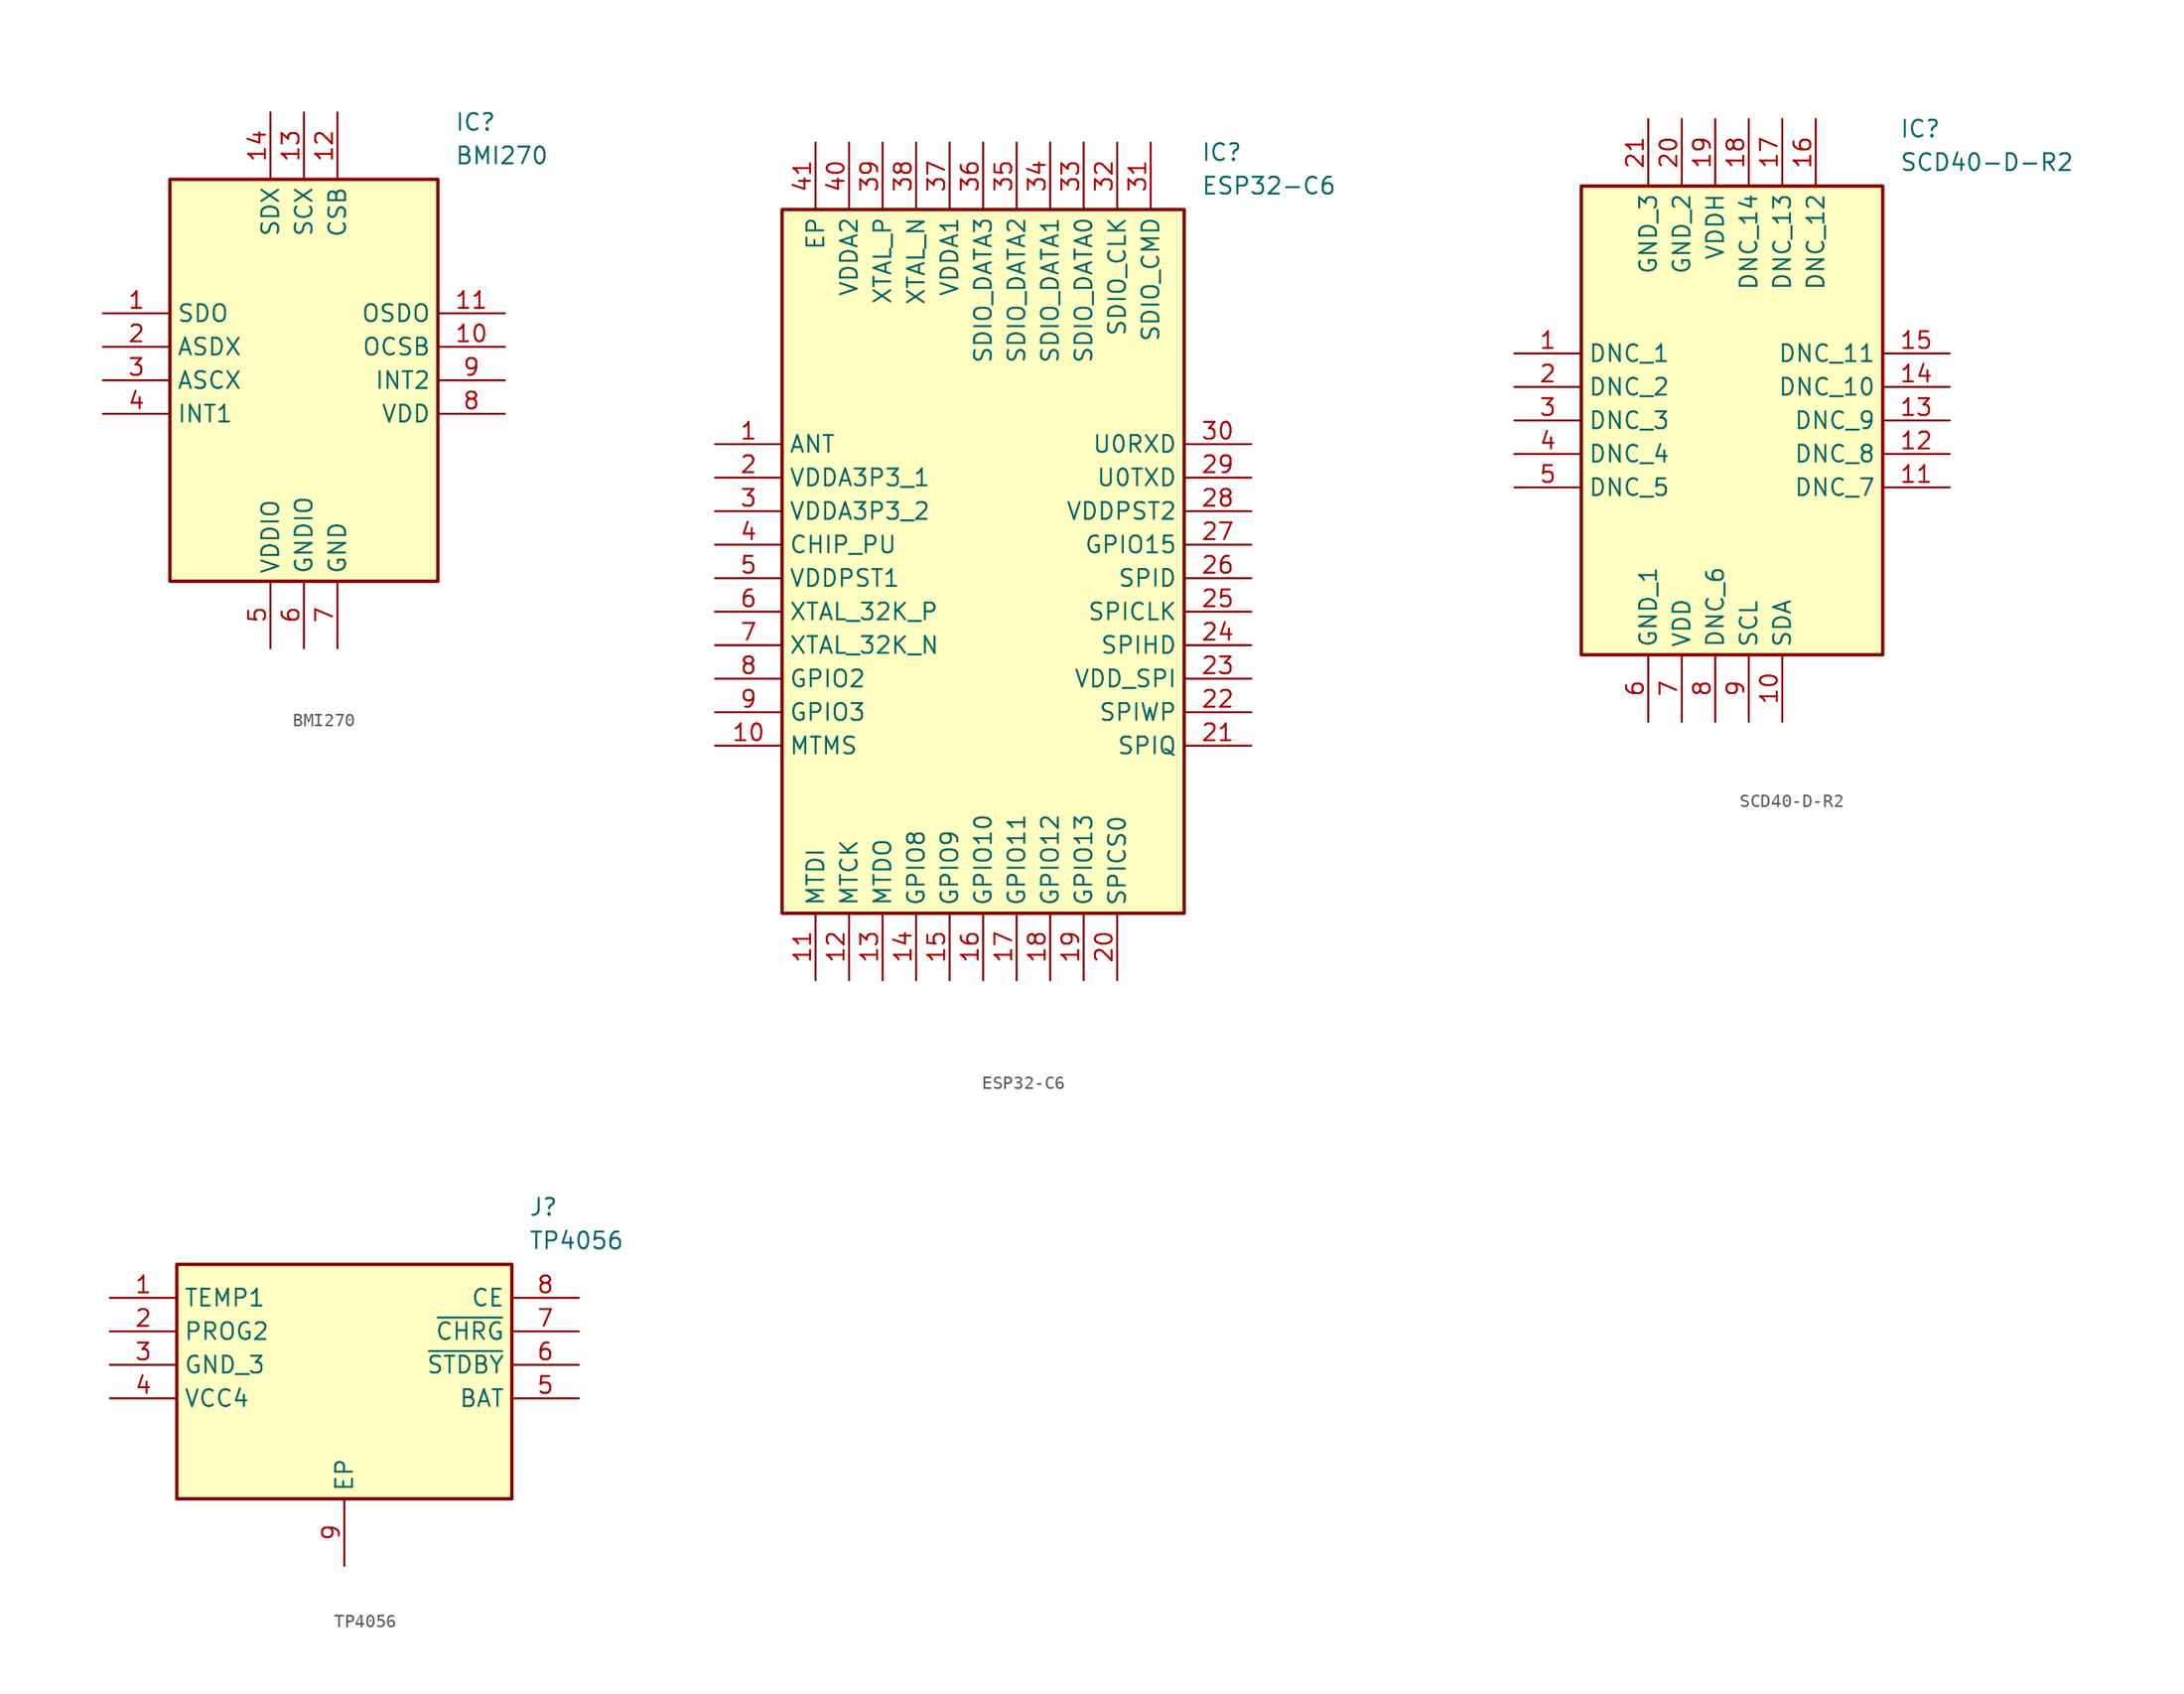
<source format=kicad_sym>
(kicad_symbol_lib
  (version 20220914)
  (generator SamacSys_ECAD_Model)
  (symbol "BMI270"
    (property "Reference" "IC"
      (at 26.67 15.24 0)
      (effects (font (size 1.27 1.27)) (justify left top)))
    (property "Value" "BMI270"
      (at 26.67 12.7 0)
      (effects (font (size 1.27 1.27)) (justify left top)))
    (rectangle
      (start 5.08 10.16)
      (end 25.4 -20.32)
      (stroke (width 0.254) (type default))
      (fill (type background)))
    (pin passive line
      (at 0 0 0)
      (length 5.08)
      (name "SDO" (effects (font (size 1.27 1.27))))
      (number "1" (effects (font (size 1.27 1.27)))))
    (pin passive line
      (at 0 -2.54 0)
      (length 5.08)
      (name "ASDX" (effects (font (size 1.27 1.27))))
      (number "2" (effects (font (size 1.27 1.27)))))
    (pin passive line
      (at 0 -5.08 0)
      (length 5.08)
      (name "ASCX" (effects (font (size 1.27 1.27))))
      (number "3" (effects (font (size 1.27 1.27)))))
    (pin passive line
      (at 0 -7.62 0)
      (length 5.08)
      (name "INT1" (effects (font (size 1.27 1.27))))
      (number "4" (effects (font (size 1.27 1.27)))))
    (pin passive line
      (at 12.7 -25.4 90)
      (length 5.08)
      (name "VDDIO" (effects (font (size 1.27 1.27))))
      (number "5" (effects (font (size 1.27 1.27)))))
    (pin passive line
      (at 15.24 -25.4 90)
      (length 5.08)
      (name "GNDIO" (effects (font (size 1.27 1.27))))
      (number "6" (effects (font (size 1.27 1.27)))))
    (pin passive line
      (at 17.78 -25.4 90)
      (length 5.08)
      (name "GND" (effects (font (size 1.27 1.27))))
      (number "7" (effects (font (size 1.27 1.27)))))
    (pin passive line
      (at 30.48 -7.62 180)
      (length 5.08)
      (name "VDD" (effects (font (size 1.27 1.27))))
      (number "8" (effects (font (size 1.27 1.27)))))
    (pin passive line
      (at 30.48 -5.08 180)
      (length 5.08)
      (name "INT2" (effects (font (size 1.27 1.27))))
      (number "9" (effects (font (size 1.27 1.27)))))
    (pin passive line
      (at 30.48 -2.54 180)
      (length 5.08)
      (name "OCSB" (effects (font (size 1.27 1.27))))
      (number "10" (effects (font (size 1.27 1.27)))))
    (pin passive line
      (at 30.48 0 180)
      (length 5.08)
      (name "OSDO" (effects (font (size 1.27 1.27))))
      (number "11" (effects (font (size 1.27 1.27)))))
    (pin passive line
      (at 17.78 15.24 270)
      (length 5.08)
      (name "CSB" (effects (font (size 1.27 1.27))))
      (number "12" (effects (font (size 1.27 1.27)))))
    (pin passive line
      (at 15.24 15.24 270)
      (length 5.08)
      (name "SCX" (effects (font (size 1.27 1.27))))
      (number "13" (effects (font (size 1.27 1.27)))))
    (pin passive line
      (at 12.7 15.24 270)
      (length 5.08)
      (name "SDX" (effects (font (size 1.27 1.27))))
      (number "14" (effects (font (size 1.27 1.27))))))
  (symbol "ESP32-C6"
    (property "Reference" "IC"
      (at 36.83 22.86 0)
      (effects (font (size 1.27 1.27)) (justify left top)))
    (property "Value" "ESP32-C6"
      (at 36.83 20.32 0)
      (effects (font (size 1.27 1.27)) (justify left top)))
    (rectangle
      (start 5.08 17.78)
      (end 35.56 -35.56)
      (stroke (width 0.254) (type default))
      (fill (type background)))
    (pin passive line
      (at 0 0 0)
      (length 5.08)
      (name "ANT" (effects (font (size 1.27 1.27))))
      (number "1" (effects (font (size 1.27 1.27)))))
    (pin passive line
      (at 0 -2.54 0)
      (length 5.08)
      (name "VDDA3P3_1" (effects (font (size 1.27 1.27))))
      (number "2" (effects (font (size 1.27 1.27)))))
    (pin passive line
      (at 0 -5.08 0)
      (length 5.08)
      (name "VDDA3P3_2" (effects (font (size 1.27 1.27))))
      (number "3" (effects (font (size 1.27 1.27)))))
    (pin passive line
      (at 0 -7.62 0)
      (length 5.08)
      (name "CHIP_PU" (effects (font (size 1.27 1.27))))
      (number "4" (effects (font (size 1.27 1.27)))))
    (pin passive line
      (at 0 -10.16 0)
      (length 5.08)
      (name "VDDPST1" (effects (font (size 1.27 1.27))))
      (number "5" (effects (font (size 1.27 1.27)))))
    (pin passive line
      (at 0 -12.7 0)
      (length 5.08)
      (name "XTAL_32K_P" (effects (font (size 1.27 1.27))))
      (number "6" (effects (font (size 1.27 1.27)))))
    (pin passive line
      (at 0 -15.24 0)
      (length 5.08)
      (name "XTAL_32K_N" (effects (font (size 1.27 1.27))))
      (number "7" (effects (font (size 1.27 1.27)))))
    (pin passive line
      (at 0 -17.78 0)
      (length 5.08)
      (name "GPIO2" (effects (font (size 1.27 1.27))))
      (number "8" (effects (font (size 1.27 1.27)))))
    (pin passive line
      (at 0 -20.32 0)
      (length 5.08)
      (name "GPIO3" (effects (font (size 1.27 1.27))))
      (number "9" (effects (font (size 1.27 1.27)))))
    (pin passive line
      (at 0 -22.86 0)
      (length 5.08)
      (name "MTMS" (effects (font (size 1.27 1.27))))
      (number "10" (effects (font (size 1.27 1.27)))))
    (pin passive line
      (at 7.62 -40.64 90)
      (length 5.08)
      (name "MTDI" (effects (font (size 1.27 1.27))))
      (number "11" (effects (font (size 1.27 1.27)))))
    (pin passive line
      (at 10.16 -40.64 90)
      (length 5.08)
      (name "MTCK" (effects (font (size 1.27 1.27))))
      (number "12" (effects (font (size 1.27 1.27)))))
    (pin passive line
      (at 12.7 -40.64 90)
      (length 5.08)
      (name "MTDO" (effects (font (size 1.27 1.27))))
      (number "13" (effects (font (size 1.27 1.27)))))
    (pin passive line
      (at 15.24 -40.64 90)
      (length 5.08)
      (name "GPIO8" (effects (font (size 1.27 1.27))))
      (number "14" (effects (font (size 1.27 1.27)))))
    (pin passive line
      (at 17.78 -40.64 90)
      (length 5.08)
      (name "GPIO9" (effects (font (size 1.27 1.27))))
      (number "15" (effects (font (size 1.27 1.27)))))
    (pin passive line
      (at 20.32 -40.64 90)
      (length 5.08)
      (name "GPIO10" (effects (font (size 1.27 1.27))))
      (number "16" (effects (font (size 1.27 1.27)))))
    (pin passive line
      (at 22.86 -40.64 90)
      (length 5.08)
      (name "GPIO11" (effects (font (size 1.27 1.27))))
      (number "17" (effects (font (size 1.27 1.27)))))
    (pin passive line
      (at 25.4 -40.64 90)
      (length 5.08)
      (name "GPIO12" (effects (font (size 1.27 1.27))))
      (number "18" (effects (font (size 1.27 1.27)))))
    (pin passive line
      (at 27.94 -40.64 90)
      (length 5.08)
      (name "GPIO13" (effects (font (size 1.27 1.27))))
      (number "19" (effects (font (size 1.27 1.27)))))
    (pin passive line
      (at 30.48 -40.64 90)
      (length 5.08)
      (name "SPICS0" (effects (font (size 1.27 1.27))))
      (number "20" (effects (font (size 1.27 1.27)))))
    (pin passive line
      (at 40.64 0 180)
      (length 5.08)
      (name "U0RXD" (effects (font (size 1.27 1.27))))
      (number "30" (effects (font (size 1.27 1.27)))))
    (pin passive line
      (at 40.64 -2.54 180)
      (length 5.08)
      (name "U0TXD" (effects (font (size 1.27 1.27))))
      (number "29" (effects (font (size 1.27 1.27)))))
    (pin passive line
      (at 40.64 -5.08 180)
      (length 5.08)
      (name "VDDPST2" (effects (font (size 1.27 1.27))))
      (number "28" (effects (font (size 1.27 1.27)))))
    (pin passive line
      (at 40.64 -7.62 180)
      (length 5.08)
      (name "GPIO15" (effects (font (size 1.27 1.27))))
      (number "27" (effects (font (size 1.27 1.27)))))
    (pin passive line
      (at 40.64 -10.16 180)
      (length 5.08)
      (name "SPID" (effects (font (size 1.27 1.27))))
      (number "26" (effects (font (size 1.27 1.27)))))
    (pin passive line
      (at 40.64 -12.7 180)
      (length 5.08)
      (name "SPICLK" (effects (font (size 1.27 1.27))))
      (number "25" (effects (font (size 1.27 1.27)))))
    (pin passive line
      (at 40.64 -15.24 180)
      (length 5.08)
      (name "SPIHD" (effects (font (size 1.27 1.27))))
      (number "24" (effects (font (size 1.27 1.27)))))
    (pin passive line
      (at 40.64 -17.78 180)
      (length 5.08)
      (name "VDD_SPI" (effects (font (size 1.27 1.27))))
      (number "23" (effects (font (size 1.27 1.27)))))
    (pin passive line
      (at 40.64 -20.32 180)
      (length 5.08)
      (name "SPIWP" (effects (font (size 1.27 1.27))))
      (number "22" (effects (font (size 1.27 1.27)))))
    (pin passive line
      (at 40.64 -22.86 180)
      (length 5.08)
      (name "SPIQ" (effects (font (size 1.27 1.27))))
      (number "21" (effects (font (size 1.27 1.27)))))
    (pin passive line
      (at 7.62 22.86 270)
      (length 5.08)
      (name "EP" (effects (font (size 1.27 1.27))))
      (number "41" (effects (font (size 1.27 1.27)))))
    (pin passive line
      (at 10.16 22.86 270)
      (length 5.08)
      (name "VDDA2" (effects (font (size 1.27 1.27))))
      (number "40" (effects (font (size 1.27 1.27)))))
    (pin passive line
      (at 12.7 22.86 270)
      (length 5.08)
      (name "XTAL_P" (effects (font (size 1.27 1.27))))
      (number "39" (effects (font (size 1.27 1.27)))))
    (pin passive line
      (at 15.24 22.86 270)
      (length 5.08)
      (name "XTAL_N" (effects (font (size 1.27 1.27))))
      (number "38" (effects (font (size 1.27 1.27)))))
    (pin passive line
      (at 17.78 22.86 270)
      (length 5.08)
      (name "VDDA1" (effects (font (size 1.27 1.27))))
      (number "37" (effects (font (size 1.27 1.27)))))
    (pin passive line
      (at 20.32 22.86 270)
      (length 5.08)
      (name "SDIO_DATA3" (effects (font (size 1.27 1.27))))
      (number "36" (effects (font (size 1.27 1.27)))))
    (pin passive line
      (at 22.86 22.86 270)
      (length 5.08)
      (name "SDIO_DATA2" (effects (font (size 1.27 1.27))))
      (number "35" (effects (font (size 1.27 1.27)))))
    (pin passive line
      (at 25.4 22.86 270)
      (length 5.08)
      (name "SDIO_DATA1" (effects (font (size 1.27 1.27))))
      (number "34" (effects (font (size 1.27 1.27)))))
    (pin passive line
      (at 27.94 22.86 270)
      (length 5.08)
      (name "SDIO_DATA0" (effects (font (size 1.27 1.27))))
      (number "33" (effects (font (size 1.27 1.27)))))
    (pin passive line
      (at 30.48 22.86 270)
      (length 5.08)
      (name "SDIO_CLK" (effects (font (size 1.27 1.27))))
      (number "32" (effects (font (size 1.27 1.27)))))
    (pin passive line
      (at 33.02 22.86 270)
      (length 5.08)
      (name "SDIO_CMD" (effects (font (size 1.27 1.27))))
      (number "31" (effects (font (size 1.27 1.27))))))
  (symbol "SCD40-D-R2"
    (property "Reference" "IC"
      (at 29.21 17.78 0)
      (effects (font (size 1.27 1.27)) (justify left top)))
    (property "Value" "SCD40-D-R2"
      (at 29.21 15.24 0)
      (effects (font (size 1.27 1.27)) (justify left top)))
    (rectangle
      (start 5.08 12.7)
      (end 27.94 -22.86)
      (stroke (width 0.254) (type default))
      (fill (type background)))
    (pin passive line
      (at 0 0 0)
      (length 5.08)
      (name "DNC_1" (effects (font (size 1.27 1.27))))
      (number "1" (effects (font (size 1.27 1.27)))))
    (pin passive line
      (at 0 -2.54 0)
      (length 5.08)
      (name "DNC_2" (effects (font (size 1.27 1.27))))
      (number "2" (effects (font (size 1.27 1.27)))))
    (pin passive line
      (at 0 -5.08 0)
      (length 5.08)
      (name "DNC_3" (effects (font (size 1.27 1.27))))
      (number "3" (effects (font (size 1.27 1.27)))))
    (pin passive line
      (at 0 -7.62 0)
      (length 5.08)
      (name "DNC_4" (effects (font (size 1.27 1.27))))
      (number "4" (effects (font (size 1.27 1.27)))))
    (pin passive line
      (at 0 -10.16 0)
      (length 5.08)
      (name "DNC_5" (effects (font (size 1.27 1.27))))
      (number "5" (effects (font (size 1.27 1.27)))))
    (pin passive line
      (at 10.16 -27.94 90)
      (length 5.08)
      (name "GND_1" (effects (font (size 1.27 1.27))))
      (number "6" (effects (font (size 1.27 1.27)))))
    (pin passive line
      (at 12.7 -27.94 90)
      (length 5.08)
      (name "VDD" (effects (font (size 1.27 1.27))))
      (number "7" (effects (font (size 1.27 1.27)))))
    (pin passive line
      (at 15.24 -27.94 90)
      (length 5.08)
      (name "DNC_6" (effects (font (size 1.27 1.27))))
      (number "8" (effects (font (size 1.27 1.27)))))
    (pin passive line
      (at 17.78 -27.94 90)
      (length 5.08)
      (name "SCL" (effects (font (size 1.27 1.27))))
      (number "9" (effects (font (size 1.27 1.27)))))
    (pin passive line
      (at 20.32 -27.94 90)
      (length 5.08)
      (name "SDA" (effects (font (size 1.27 1.27))))
      (number "10" (effects (font (size 1.27 1.27)))))
    (pin passive line
      (at 33.02 -10.16 180)
      (length 5.08)
      (name "DNC_7" (effects (font (size 1.27 1.27))))
      (number "11" (effects (font (size 1.27 1.27)))))
    (pin passive line
      (at 33.02 -7.62 180)
      (length 5.08)
      (name "DNC_8" (effects (font (size 1.27 1.27))))
      (number "12" (effects (font (size 1.27 1.27)))))
    (pin passive line
      (at 33.02 -5.08 180)
      (length 5.08)
      (name "DNC_9" (effects (font (size 1.27 1.27))))
      (number "13" (effects (font (size 1.27 1.27)))))
    (pin passive line
      (at 33.02 -2.54 180)
      (length 5.08)
      (name "DNC_10" (effects (font (size 1.27 1.27))))
      (number "14" (effects (font (size 1.27 1.27)))))
    (pin passive line
      (at 33.02 0 180)
      (length 5.08)
      (name "DNC_11" (effects (font (size 1.27 1.27))))
      (number "15" (effects (font (size 1.27 1.27)))))
    (pin passive line
      (at 22.86 17.78 270)
      (length 5.08)
      (name "DNC_12" (effects (font (size 1.27 1.27))))
      (number "16" (effects (font (size 1.27 1.27)))))
    (pin passive line
      (at 20.32 17.78 270)
      (length 5.08)
      (name "DNC_13" (effects (font (size 1.27 1.27))))
      (number "17" (effects (font (size 1.27 1.27)))))
    (pin passive line
      (at 17.78 17.78 270)
      (length 5.08)
      (name "DNC_14" (effects (font (size 1.27 1.27))))
      (number "18" (effects (font (size 1.27 1.27)))))
    (pin passive line
      (at 15.24 17.78 270)
      (length 5.08)
      (name "VDDH" (effects (font (size 1.27 1.27))))
      (number "19" (effects (font (size 1.27 1.27)))))
    (pin passive line
      (at 12.7 17.78 270)
      (length 5.08)
      (name "GND_2" (effects (font (size 1.27 1.27))))
      (number "20" (effects (font (size 1.27 1.27)))))
    (pin passive line
      (at 10.16 17.78 270)
      (length 5.08)
      (name "GND_3" (effects (font (size 1.27 1.27))))
      (number "21" (effects (font (size 1.27 1.27))))))
  (symbol "TP4056"
    (property "Reference" "J"
      (at 31.75 7.62 0)
      (effects (font (size 1.27 1.27)) (justify left top)))
    (property "Value" "TP4056"
      (at 31.75 5.08 0)
      (effects (font (size 1.27 1.27)) (justify left top)))
    (rectangle
      (start 5.08 2.54)
      (end 30.48 -15.24)
      (stroke (width 0.254) (type default))
      (fill (type background)))
    (pin passive line
      (at 0 0 0)
      (length 5.08)
      (name "TEMP1" (effects (font (size 1.27 1.27))))
      (number "1" (effects (font (size 1.27 1.27)))))
    (pin passive line
      (at 0 -2.54 0)
      (length 5.08)
      (name "PROG2" (effects (font (size 1.27 1.27))))
      (number "2" (effects (font (size 1.27 1.27)))))
    (pin passive line
      (at 0 -5.08 0)
      (length 5.08)
      (name "GND_3" (effects (font (size 1.27 1.27))))
      (number "3" (effects (font (size 1.27 1.27)))))
    (pin passive line
      (at 0 -7.62 0)
      (length 5.08)
      (name "VCC4" (effects (font (size 1.27 1.27))))
      (number "4" (effects (font (size 1.27 1.27)))))
    (pin passive line
      (at 17.78 -20.32 90)
      (length 5.08)
      (name "EP" (effects (font (size 1.27 1.27))))
      (number "9" (effects (font (size 1.27 1.27)))))
    (pin passive line
      (at 35.56 0 180)
      (length 5.08)
      (name "CE" (effects (font (size 1.27 1.27))))
      (number "8" (effects (font (size 1.27 1.27)))))
    (pin passive line
      (at 35.56 -2.54 180)
      (length 5.08)
      (name "~{CHRG}" (effects (font (size 1.27 1.27))))
      (number "7" (effects (font (size 1.27 1.27)))))
    (pin passive line
      (at 35.56 -5.08 180)
      (length 5.08)
      (name "~{STDBY}" (effects (font (size 1.27 1.27))))
      (number "6" (effects (font (size 1.27 1.27)))))
    (pin passive line
      (at 35.56 -7.62 180)
      (length 5.08)
      (name "BAT" (effects (font (size 1.27 1.27))))
      (number "5" (effects (font (size 1.27 1.27)))))))
</source>
